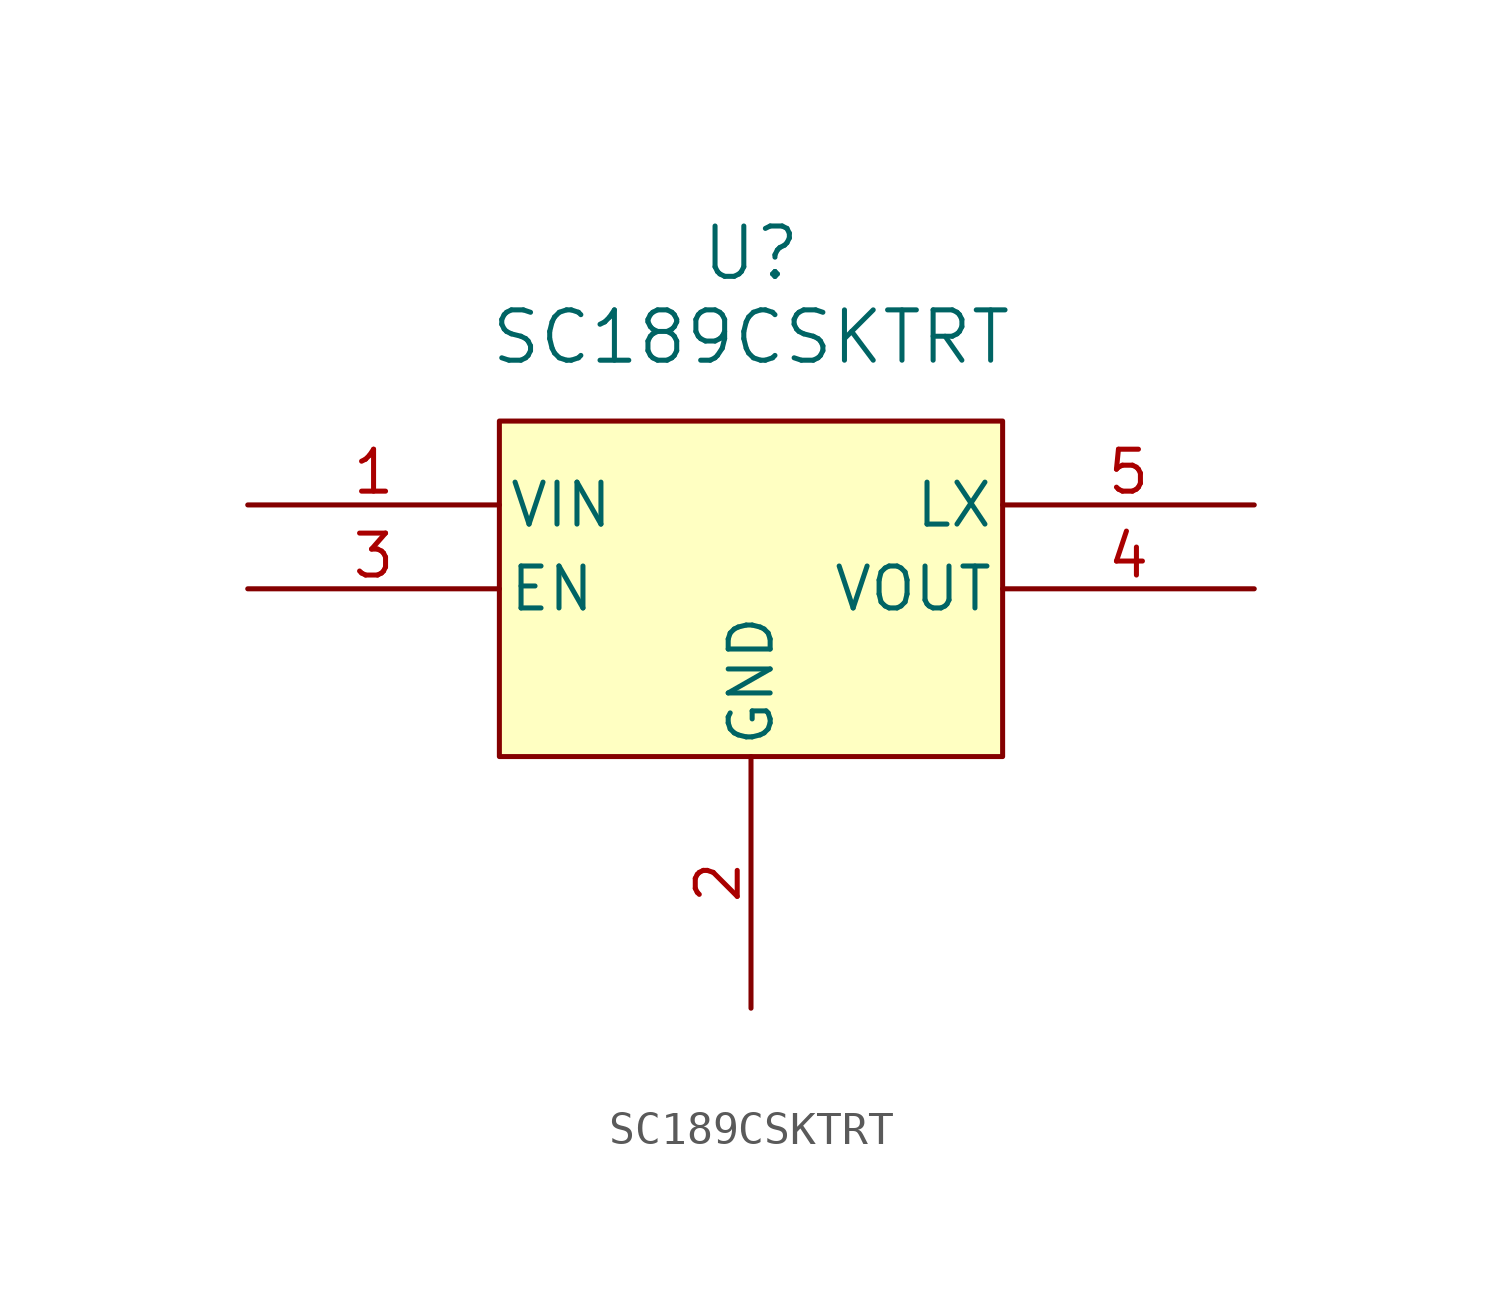
<source format=kicad_sym>
(kicad_symbol_lib
  (version 20220914)
  (generator kicad_symbol_editor)
  (symbol "SC189CSKTRT"
    (pin_names
      (offset 0.254))
    (property "Reference" "U"
      (at 20.32 10.16 0)
      (effects (font (size 1.524 1.524))))
    (property "Value" "SC189CSKTRT"
      (at 20.32 7.62 0)
      (effects (font (size 1.524 1.524))))
    (property "ki_locked" ""
      (at 0 0 0)
      (effects (font (size 1.27 1.27))))
    (symbol "SC189CSKTRT_1_1"
      (rectangle (start 12.7 5.08) (end 27.94 -5.08) (stroke (width 0) (type default)) (fill (type background)))
      (pin power_in line (at 5.08 2.54 0) (length 7.62) (name "VIN" (effects (font (size 1.27 1.27)))) (number "1" (effects (font (size 1.27 1.27)))))
      (pin power_in line (at 20.32 -12.7 90) (length 7.62) (name "GND" (effects (font (size 1.27 1.27)))) (number "2" (effects (font (size 1.27 1.27)))))
      (pin input line (at 5.08 0 0) (length 7.62) (name "EN" (effects (font (size 1.27 1.27)))) (number "3" (effects (font (size 1.27 1.27)))))
      (pin power_out line (at 35.56 0 180) (length 7.62) (name "VOUT" (effects (font (size 1.27 1.27)))) (number "4" (effects (font (size 1.27 1.27)))))
      (pin power_out line (at 35.56 2.54 180) (length 7.62) (name "LX" (effects (font (size 1.27 1.27)))) (number "5" (effects (font (size 1.27 1.27))))))))
</source>
